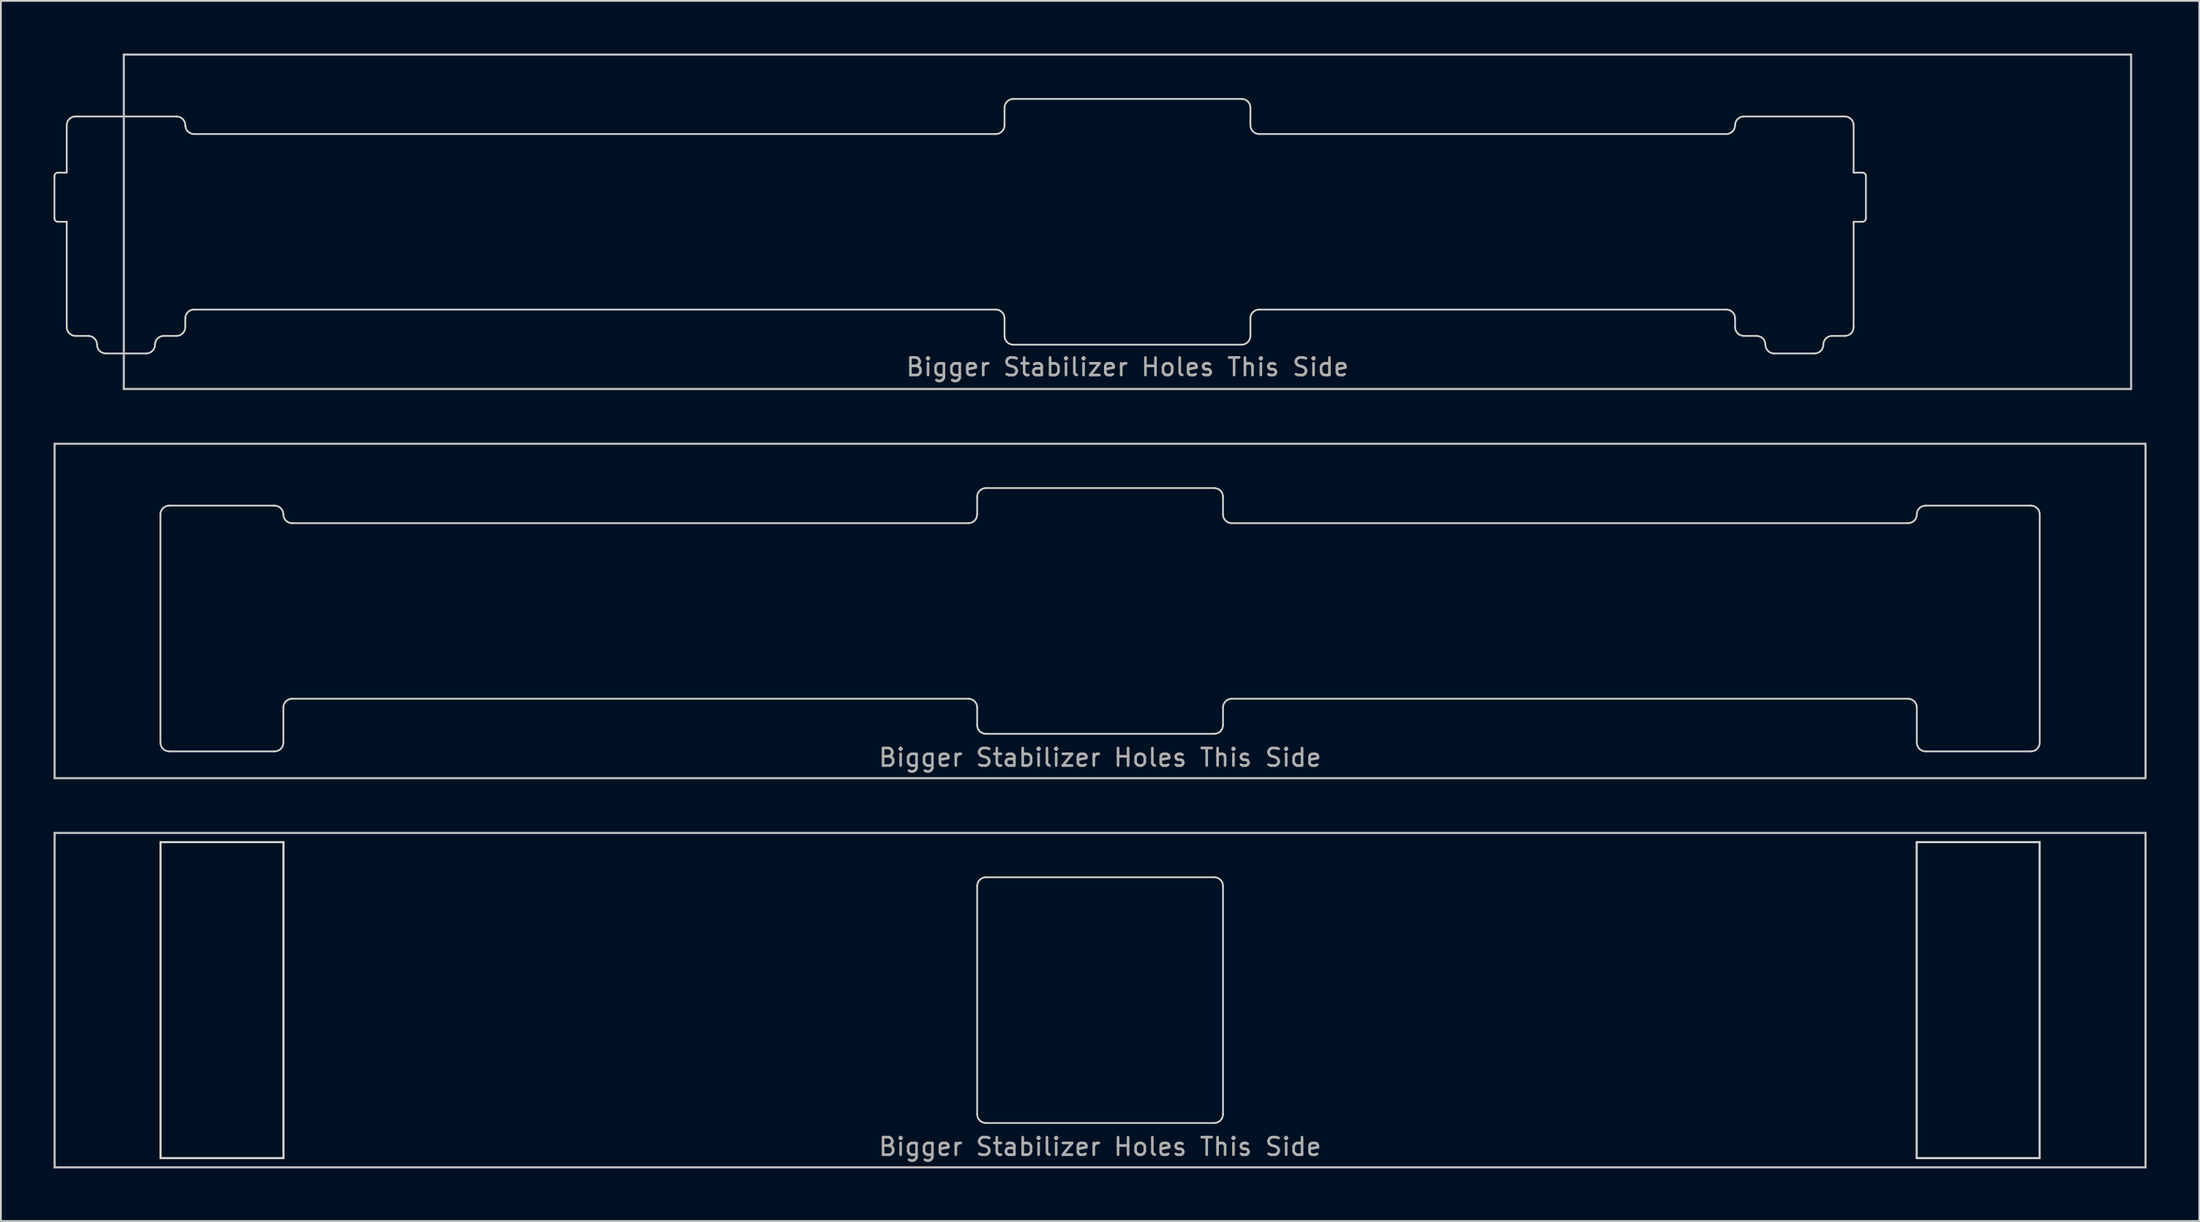
<source format=kicad_pcb>
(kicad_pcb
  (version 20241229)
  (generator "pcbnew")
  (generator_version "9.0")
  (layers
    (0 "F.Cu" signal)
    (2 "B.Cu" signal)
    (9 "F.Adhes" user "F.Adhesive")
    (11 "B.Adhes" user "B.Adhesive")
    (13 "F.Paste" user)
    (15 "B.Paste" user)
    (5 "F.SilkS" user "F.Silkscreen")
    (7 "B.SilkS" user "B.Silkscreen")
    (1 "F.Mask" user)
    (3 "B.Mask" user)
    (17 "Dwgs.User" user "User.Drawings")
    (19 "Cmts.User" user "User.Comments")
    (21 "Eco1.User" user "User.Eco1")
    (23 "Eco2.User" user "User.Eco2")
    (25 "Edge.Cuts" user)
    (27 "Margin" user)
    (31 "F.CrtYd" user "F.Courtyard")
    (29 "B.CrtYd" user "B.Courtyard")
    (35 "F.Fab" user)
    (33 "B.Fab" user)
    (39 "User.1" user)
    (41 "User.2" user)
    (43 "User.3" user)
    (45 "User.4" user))
  (footprint "mx_top_plate_6.00u_plate_mount"
    (layer "F.Cu")
    (at 61.15 9.585)
    (property "Reference" "mx_top_plate_6.00u_plate_mount" (at 0 2.381 0) (layer "Eco1.User") (effects (font (size 1 1) (thickness 0.15))))
    (attr through_hole)
    (fp_line (start -57.15 -9.525) (end 57.15 -9.525) (stroke (width 0.12) (type solid)) (layer "Dwgs.User"))
    (fp_line (start -57.15 9.525) (end -57.15 -9.525) (stroke (width 0.12) (type solid)) (layer "Dwgs.User"))
    (fp_line (start 57.15 -9.525) (end 57.15 9.525) (stroke (width 0.12) (type solid)) (layer "Dwgs.User"))
    (fp_line (start 57.15 9.525) (end -57.15 9.525) (stroke (width 0.12) (type solid)) (layer "Dwgs.User"))
    (fp_line (start 0 0) (end -0.5 0) (stroke (width 0.12) (type solid)) (layer "Eco1.User"))
    (fp_line (start 0 0) (end 0 -0.5) (stroke (width 0.12) (type solid)) (layer "Eco1.User"))
    (fp_line (start 0 0) (end 0 0.5) (stroke (width 0.12) (type solid)) (layer "Eco1.User"))
    (fp_line (start 0 0) (end 0.5 0) (stroke (width 0.12) (type solid)) (layer "Eco1.User"))
    (fp_line (start -61.1 -2.6) (end -61.1 -0.2) (stroke (width 0.1) (type solid)) (layer "Edge.Cuts"))
    (fp_line (start -60.9 -2.8) (end -60.4 -2.8) (stroke (width 0.1) (type solid)) (layer "Edge.Cuts"))
    (fp_line (start -60.9 -0.00038) (end -60.4 -0.00038) (stroke (width 0.1) (type solid)) (layer "Edge.Cuts"))
    (fp_line (start -60.4 -5.5) (end -60.4 -2.8) (stroke (width 0.1) (type solid)) (layer "Edge.Cuts"))
    (fp_line (start -60.4 -0.00038) (end -60.4 6) (stroke (width 0.1) (type solid)) (layer "Edge.Cuts"))
    (fp_line (start -59.9 -6) (end -54.15 -6) (stroke (width 0.1) (type solid)) (layer "Edge.Cuts"))
    (fp_line (start -59.9 6.5) (end -59.175 6.5) (stroke (width 0.1) (type solid)) (layer "Edge.Cuts"))
    (fp_line (start -58.175 7.5) (end -55.875 7.5) (stroke (width 0.1) (type solid)) (layer "Edge.Cuts"))
    (fp_line (start -54.875 6.5) (end -54.15 6.5) (stroke (width 0.1) (type solid)) (layer "Edge.Cuts"))
    (fp_line (start -53.65 6) (end -53.65 5.5) (stroke (width 0.1) (type solid)) (layer "Edge.Cuts"))
    (fp_line (start -53.15 -5) (end -7.5 -5) (stroke (width 0.1) (type solid)) (layer "Edge.Cuts"))
    (fp_line (start -53.15 5) (end -7.5 5) (stroke (width 0.1) (type solid)) (layer "Edge.Cuts"))
    (fp_line (start -7 -6.5) (end -7 -5.5) (stroke (width 0.1) (type solid)) (layer "Edge.Cuts"))
    (fp_line (start -7 5.5) (end -7 6.5) (stroke (width 0.1) (type solid)) (layer "Edge.Cuts"))
    (fp_line (start -6.5 -7) (end 6.5 -7) (stroke (width 0.1) (type solid)) (layer "Edge.Cuts"))
    (fp_line (start -6.5 7) (end 6.5 7) (stroke (width 0.1) (type solid)) (layer "Edge.Cuts"))
    (fp_line (start 7 5.5) (end 7 6.5) (stroke (width 0.1) (type solid)) (layer "Edge.Cuts"))
    (fp_line (start 7 -6.5) (end 7 -5.5) (stroke (width 0.1) (type solid)) (layer "Edge.Cuts"))
    (fp_line (start 7.5 5) (end 34.1 5) (stroke (width 0.1) (type solid)) (layer "Edge.Cuts"))
    (fp_line (start 7.5 -5) (end 34.1 -5) (stroke (width 0.1) (type solid)) (layer "Edge.Cuts"))
    (fp_line (start 34.6 5.5) (end 34.6 6) (stroke (width 0.1) (type solid)) (layer "Edge.Cuts"))
    (fp_line (start 35.825 6.5) (end 35.1 6.5) (stroke (width 0.1) (type solid)) (layer "Edge.Cuts"))
    (fp_line (start 39.125 7.5) (end 36.825 7.5) (stroke (width 0.1) (type solid)) (layer "Edge.Cuts"))
    (fp_line (start 40.85 -6) (end 35.1 -6) (stroke (width 0.1) (type solid)) (layer "Edge.Cuts"))
    (fp_line (start 40.85 6.5) (end 40.125 6.5) (stroke (width 0.1) (type solid)) (layer "Edge.Cuts"))
    (fp_line (start 41.35 -5.5) (end 41.35 -2.8) (stroke (width 0.1) (type solid)) (layer "Edge.Cuts"))
    (fp_line (start 41.35 0) (end 41.35 6) (stroke (width 0.1) (type solid)) (layer "Edge.Cuts"))
    (fp_line (start 41.85 -2.8) (end 41.35 -2.8) (stroke (width 0.1) (type solid)) (layer "Edge.Cuts"))
    (fp_line (start 41.85 0) (end 41.35 0) (stroke (width 0.1) (type solid)) (layer "Edge.Cuts"))
    (fp_line (start 42.05 -2.6) (end 42.05 -0.2) (stroke (width 0.1) (type solid)) (layer "Edge.Cuts"))
    (fp_arc (start -61.1 -2.60038) (mid -61.041421 -2.741801) (end -60.9 -2.80038) (stroke (width 0.1) (type solid)) (layer "Edge.Cuts"))
    (fp_arc (start -60.9 -0.00038) (mid -61.041421 -0.058959) (end -61.1 -0.20038) (stroke (width 0.1) (type solid)) (layer "Edge.Cuts"))
    (fp_arc (start -60.4 -5.50038) (mid -60.253553 -5.853933) (end -59.9 -6.00038) (stroke (width 0.1) (type solid)) (layer "Edge.Cuts"))
    (fp_arc (start -59.9 6.49962) (mid -60.253553 6.353173) (end -60.4 5.99962) (stroke (width 0.1) (type solid)) (layer "Edge.Cuts"))
    (fp_arc (start -59.175 6.49962) (mid -58.821447 6.646067) (end -58.675 6.99962) (stroke (width 0.1) (type solid)) (layer "Edge.Cuts"))
    (fp_arc (start -58.175 7.49962) (mid -58.528553 7.353173) (end -58.675 6.99962) (stroke (width 0.1) (type solid)) (layer "Edge.Cuts"))
    (fp_arc (start -55.375 6.99962) (mid -55.521447 7.353173) (end -55.875 7.49962) (stroke (width 0.1) (type solid)) (layer "Edge.Cuts"))
    (fp_arc (start -55.375 6.99962) (mid -55.228553 6.646067) (end -54.875 6.49962) (stroke (width 0.1) (type solid)) (layer "Edge.Cuts"))
    (fp_arc (start -54.15 -6.00038) (mid -53.796447 -5.853933) (end -53.65 -5.50038) (stroke (width 0.1) (type solid)) (layer "Edge.Cuts"))
    (fp_arc (start -53.65 5.49962) (mid -53.503553 5.146067) (end -53.15 4.99962) (stroke (width 0.1) (type solid)) (layer "Edge.Cuts"))
    (fp_arc (start -53.65 5.99962) (mid -53.796447 6.353173) (end -54.15 6.49962) (stroke (width 0.1) (type solid)) (layer "Edge.Cuts"))
    (fp_arc (start -53.15 -5.00038) (mid -53.503553 -5.146827) (end -53.65 -5.50038) (stroke (width 0.1) (type solid)) (layer "Edge.Cuts"))
    (fp_arc (start -7.5 5) (mid -7.146447 5.146447) (end -7 5.5) (stroke (width 0.1) (type solid)) (layer "Edge.Cuts"))
    (fp_arc (start -7 -6.5) (mid -6.853553 -6.853553) (end -6.5 -7) (stroke (width 0.1) (type solid)) (layer "Edge.Cuts"))
    (fp_arc (start -7 -5.5) (mid -7.146447 -5.146447) (end -7.5 -5) (stroke (width 0.1) (type solid)) (layer "Edge.Cuts"))
    (fp_arc (start -6.5 7) (mid -6.853553 6.853553) (end -7 6.5) (stroke (width 0.1) (type solid)) (layer "Edge.Cuts"))
    (fp_arc (start 6.5 -7) (mid 6.853553 -6.853553) (end 7 -6.5) (stroke (width 0.1) (type solid)) (layer "Edge.Cuts"))
    (fp_arc (start 6.999672 5.500007) (mid 7.146119 5.146454) (end 7.499672 5.000007) (stroke (width 0.1) (type solid)) (layer "Edge.Cuts"))
    (fp_arc (start 6.999672 6.500007) (mid 6.853225 6.85356) (end 6.499672 7.000007) (stroke (width 0.1) (type solid)) (layer "Edge.Cuts"))
    (fp_arc (start 7.5 -5) (mid 7.146447 -5.146447) (end 7 -5.5) (stroke (width 0.1) (type solid)) (layer "Edge.Cuts"))
    (fp_arc (start 34.1 5) (mid 34.453553 5.146447) (end 34.6 5.5) (stroke (width 0.1) (type solid)) (layer "Edge.Cuts"))
    (fp_arc (start 34.6 -5.5) (mid 34.453553 -5.146447) (end 34.1 -5) (stroke (width 0.1) (type solid)) (layer "Edge.Cuts"))
    (fp_arc (start 34.6 -5.5) (mid 34.746447 -5.853553) (end 35.1 -6) (stroke (width 0.1) (type solid)) (layer "Edge.Cuts"))
    (fp_arc (start 35.1 6.5) (mid 34.746447 6.353553) (end 34.6 6) (stroke (width 0.1) (type solid)) (layer "Edge.Cuts"))
    (fp_arc (start 35.825 6.5) (mid 36.178553 6.646447) (end 36.325 7) (stroke (width 0.1) (type solid)) (layer "Edge.Cuts"))
    (fp_arc (start 36.825 7.5) (mid 36.471446 7.353554) (end 36.325 7) (stroke (width 0.1) (type solid)) (layer "Edge.Cuts"))
    (fp_arc (start 39.625 7) (mid 39.478555 7.353556) (end 39.125 7.5) (stroke (width 0.1) (type solid)) (layer "Edge.Cuts"))
    (fp_arc (start 39.625 7) (mid 39.771448 6.64645) (end 40.125 6.5) (stroke (width 0.1) (type solid)) (layer "Edge.Cuts"))
    (fp_arc (start 40.85 -6) (mid 41.203553 -5.853553) (end 41.35 -5.5) (stroke (width 0.1) (type solid)) (layer "Edge.Cuts"))
    (fp_arc (start 41.35 6) (mid 41.203555 6.353556) (end 40.85 6.5) (stroke (width 0.1) (type solid)) (layer "Edge.Cuts"))
    (fp_arc (start 41.85 -2.8) (mid 41.991435 -2.741435) (end 42.05 -2.6) (stroke (width 0.1) (type solid)) (layer "Edge.Cuts"))
    (fp_arc (start 42.05 -0.2) (mid 41.991402 -0.058626) (end 41.85 0) (stroke (width 0.1) (type solid)) (layer "Edge.Cuts"))
    (fp_text user "Bigger Stabilizer Holes This Side" (at 0 8.275 0) (unlocked yes) (layer "F.Fab") (effects (font (size 1 1) (thickness 0.15)))))
  (footprint "mx_top_plate_6.25u_pcb_mount"
    (layer "F.Cu")
    (at 59.591 53.925)
    (property "Reference" "mx_top_plate_6.25u_pcb_mount" (at 0 2.381 0) (layer "Eco1.User") (effects (font (size 1 1) (thickness 0.15))))
    (attr through_hole)
    (fp_line (start -59.531 -9.525) (end 59.531 -9.525) (stroke (width 0.12) (type solid)) (layer "Dwgs.User"))
    (fp_line (start -59.531 9.525) (end -59.531 -9.525) (stroke (width 0.12) (type solid)) (layer "Dwgs.User"))
    (fp_line (start 59.531 -9.525) (end 59.531 9.525) (stroke (width 0.12) (type solid)) (layer "Dwgs.User"))
    (fp_line (start 59.531 9.525) (end -59.531 9.525) (stroke (width 0.12) (type solid)) (layer "Dwgs.User"))
    (fp_line (start 0 0) (end -0.5 0) (stroke (width 0.12) (type solid)) (layer "Eco1.User"))
    (fp_line (start 0 0) (end 0 -0.5) (stroke (width 0.12) (type solid)) (layer "Eco1.User"))
    (fp_line (start 0 0) (end 0 0.5) (stroke (width 0.12) (type solid)) (layer "Eco1.User"))
    (fp_line (start 0 0) (end 0.5 0) (stroke (width 0.12) (type solid)) (layer "Eco1.User"))
    (fp_line (start -53.5 -9) (end -46.5 -9) (stroke (width 0.12) (type default)) (layer "Edge.Cuts"))
    (fp_line (start -53.5 9) (end -53.5 -9) (stroke (width 0.12) (type default)) (layer "Edge.Cuts"))
    (fp_line (start -46.5 -9) (end -46.5 9) (stroke (width 0.12) (type default)) (layer "Edge.Cuts"))
    (fp_line (start -46.5 9) (end -53.5 9) (stroke (width 0.12) (type default)) (layer "Edge.Cuts"))
    (fp_line (start -7 -6.491) (end -7 6.5) (stroke (width 0.1) (type solid)) (layer "Edge.Cuts"))
    (fp_line (start -6.5 -7) (end 6.5 -7) (stroke (width 0.1) (type solid)) (layer "Edge.Cuts"))
    (fp_line (start -6.5 7) (end 6.5 7) (stroke (width 0.1) (type solid)) (layer "Edge.Cuts"))
    (fp_line (start 7 -6.491) (end 7 6.509) (stroke (width 0.1) (type solid)) (layer "Edge.Cuts"))
    (fp_line (start 46.5 -9) (end 53.5 -9) (stroke (width 0.12) (type default)) (layer "Edge.Cuts"))
    (fp_line (start 46.5 9) (end 46.5 -9) (stroke (width 0.12) (type default)) (layer "Edge.Cuts"))
    (fp_line (start 53.5 -9) (end 53.5 9) (stroke (width 0.12) (type default)) (layer "Edge.Cuts"))
    (fp_line (start 53.5 9) (end 46.5 9) (stroke (width 0.12) (type default)) (layer "Edge.Cuts"))
    (fp_arc (start -7 -6.5) (mid -6.853553 -6.853553) (end -6.5 -7) (stroke (width 0.1) (type solid)) (layer "Edge.Cuts"))
    (fp_arc (start -6.5 7) (mid -6.853553 6.853553) (end -7 6.5) (stroke (width 0.1) (type solid)) (layer "Edge.Cuts"))
    (fp_arc (start 6.5 -7) (mid 6.853553 -6.853553) (end 7 -6.5) (stroke (width 0.1) (type solid)) (layer "Edge.Cuts"))
    (fp_arc (start 7 6.5) (mid 6.853553 6.853553) (end 6.5 7) (stroke (width 0.1) (type solid)) (layer "Edge.Cuts"))
    (fp_text user "Bigger Stabilizer Holes This Side" (at 0 8.35 0) (unlocked yes) (layer "F.Fab") (effects (font (size 1 1) (thickness 0.15)))))
  (footprint "mx_top_plate_6.25u"
    (layer "F.Cu")
    (at 59.591 31.755)
    (property "Reference" "mx_top_plate_6.25u" (at 0 2.381 0) (layer "Eco1.User") (effects (font (size 1 1) (thickness 0.15))))
    (attr through_hole)
    (fp_line (start -59.531 -9.525) (end 59.531 -9.525) (stroke (width 0.12) (type solid)) (layer "Dwgs.User"))
    (fp_line (start -59.531 9.525) (end -59.531 -9.525) (stroke (width 0.12) (type solid)) (layer "Dwgs.User"))
    (fp_line (start 59.531 -9.525) (end 59.531 9.525) (stroke (width 0.12) (type solid)) (layer "Dwgs.User"))
    (fp_line (start 59.531 9.525) (end -59.531 9.525) (stroke (width 0.12) (type solid)) (layer "Dwgs.User"))
    (fp_line (start 0 0) (end -0.5 0) (stroke (width 0.12) (type solid)) (layer "Eco1.User"))
    (fp_line (start 0 0) (end 0 -0.5) (stroke (width 0.12) (type solid)) (layer "Eco1.User"))
    (fp_line (start 0 0) (end 0 0.5) (stroke (width 0.12) (type solid)) (layer "Eco1.User"))
    (fp_line (start 0 0) (end 0.5 0) (stroke (width 0.12) (type solid)) (layer "Eco1.User"))
    (fp_line (start -53.506 -5.5) (end -53.506 7.5) (stroke (width 0.1) (type solid)) (layer "Edge.Cuts"))
    (fp_line (start -53.006 -6) (end -47.006 -6) (stroke (width 0.1) (type solid)) (layer "Edge.Cuts"))
    (fp_line (start -53.006 8) (end -47.006 8) (stroke (width 0.1) (type solid)) (layer "Edge.Cuts"))
    (fp_line (start -46.506 5.5) (end -46.506 7.5) (stroke (width 0.1) (type solid)) (layer "Edge.Cuts"))
    (fp_line (start -46.006 -5) (end -7.5 -5) (stroke (width 0.1) (type solid)) (layer "Edge.Cuts"))
    (fp_line (start -46.006 5) (end -7.5 5) (stroke (width 0.1) (type solid)) (layer "Edge.Cuts"))
    (fp_line (start -7 -6.5) (end -7 -5.5) (stroke (width 0.1) (type solid)) (layer "Edge.Cuts"))
    (fp_line (start -7 5.5) (end -7 6.5) (stroke (width 0.1) (type solid)) (layer "Edge.Cuts"))
    (fp_line (start -6.5 -7) (end 6.5 -7) (stroke (width 0.1) (type solid)) (layer "Edge.Cuts"))
    (fp_line (start -6.5 7) (end 6.5 7) (stroke (width 0.1) (type solid)) (layer "Edge.Cuts"))
    (fp_line (start 7 5.5) (end 7 6.5) (stroke (width 0.1) (type solid)) (layer "Edge.Cuts"))
    (fp_line (start 7 -6.5) (end 7 -5.5) (stroke (width 0.1) (type solid)) (layer "Edge.Cuts"))
    (fp_line (start 7.5 5) (end 46.006 5) (stroke (width 0.1) (type solid)) (layer "Edge.Cuts"))
    (fp_line (start 7.5 -5) (end 46.006 -5) (stroke (width 0.1) (type solid)) (layer "Edge.Cuts"))
    (fp_line (start 46.506 5.5) (end 46.506 7.5) (stroke (width 0.1) (type solid)) (layer "Edge.Cuts"))
    (fp_line (start 47.006 -6) (end 53.006 -6) (stroke (width 0.1) (type solid)) (layer "Edge.Cuts"))
    (fp_line (start 47.006 8) (end 53.006 8) (stroke (width 0.1) (type solid)) (layer "Edge.Cuts"))
    (fp_line (start 53.506 -5.5) (end 53.506 7.5) (stroke (width 0.1) (type solid)) (layer "Edge.Cuts"))
    (fp_arc (start -53.50625 -5.5) (mid -53.359803 -5.853553) (end -53.00625 -6) (stroke (width 0.1) (type solid)) (layer "Edge.Cuts"))
    (fp_arc (start -53.00625 8.000008) (mid -53.359803 7.853561) (end -53.50625 7.500008) (stroke (width 0.1) (type solid)) (layer "Edge.Cuts"))
    (fp_arc (start -47.00625 -6) (mid -46.652697 -5.853553) (end -46.50625 -5.5) (stroke (width 0.1) (type solid)) (layer "Edge.Cuts"))
    (fp_arc (start -46.50625 5.5) (mid -46.359803 5.146447) (end -46.00625 5) (stroke (width 0.1) (type solid)) (layer "Edge.Cuts"))
    (fp_arc (start -46.50625 7.500008) (mid -46.652697 7.853561) (end -47.00625 8.000008) (stroke (width 0.1) (type solid)) (layer "Edge.Cuts"))
    (fp_arc (start -46.00625 -5) (mid -46.359803 -5.146447) (end -46.50625 -5.5) (stroke (width 0.1) (type solid)) (layer "Edge.Cuts"))
    (fp_arc (start -7.5 5) (mid -7.146447 5.146447) (end -7 5.5) (stroke (width 0.1) (type solid)) (layer "Edge.Cuts"))
    (fp_arc (start -7 -6.5) (mid -6.853553 -6.853553) (end -6.5 -7) (stroke (width 0.1) (type solid)) (layer "Edge.Cuts"))
    (fp_arc (start -7 -5.5) (mid -7.146447 -5.146447) (end -7.5 -5) (stroke (width 0.1) (type solid)) (layer "Edge.Cuts"))
    (fp_arc (start -6.5 7) (mid -6.853553 6.853553) (end -7 6.5) (stroke (width 0.1) (type solid)) (layer "Edge.Cuts"))
    (fp_arc (start 6.5 -7) (mid 6.853553 -6.853553) (end 7 -6.5) (stroke (width 0.1) (type solid)) (layer "Edge.Cuts"))
    (fp_arc (start 6.999672 5.500007) (mid 7.146109 5.146444) (end 7.499672 5.000007) (stroke (width 0.1) (type solid)) (layer "Edge.Cuts"))
    (fp_arc (start 6.999672 6.500007) (mid 6.853216 6.853551) (end 6.499672 7.000007) (stroke (width 0.1) (type solid)) (layer "Edge.Cuts"))
    (fp_arc (start 7.5 -5) (mid 7.146446 -5.146447) (end 7 -5.5) (stroke (width 0.1) (type solid)) (layer "Edge.Cuts"))
    (fp_arc (start 46.005922 5.000007) (mid 46.359475 5.146454) (end 46.505922 5.500007) (stroke (width 0.1) (type solid)) (layer "Edge.Cuts"))
    (fp_arc (start 46.50625 -5.5) (mid 46.359794 -5.146456) (end 46.00625 -5) (stroke (width 0.1) (type solid)) (layer "Edge.Cuts"))
    (fp_arc (start 46.50625 -5.5) (mid 46.652697 -5.853553) (end 47.00625 -6) (stroke (width 0.1) (type solid)) (layer "Edge.Cuts"))
    (fp_arc (start 47.00625 8) (mid 46.652697 7.853553) (end 46.50625 7.5) (stroke (width 0.1) (type solid)) (layer "Edge.Cuts"))
    (fp_arc (start 53.00625 -6) (mid 53.359803 -5.853553) (end 53.50625 -5.5) (stroke (width 0.1) (type solid)) (layer "Edge.Cuts"))
    (fp_arc (start 53.50625 7.5) (mid 53.359803 7.853553) (end 53.00625 8) (stroke (width 0.1) (type solid)) (layer "Edge.Cuts"))
    (fp_text user "Bigger Stabilizer Holes This Side" (at 0 8.35 0) (unlocked yes) (layer "F.Fab") (effects (font (size 1 1) (thickness 0.15)))))
  (gr_rect
    (start -3 -3)
    (end 122.183 66.51)
    (stroke (width 0.1) (type default))
    (fill no)
    (layer "Edge.Cuts")))
</source>
